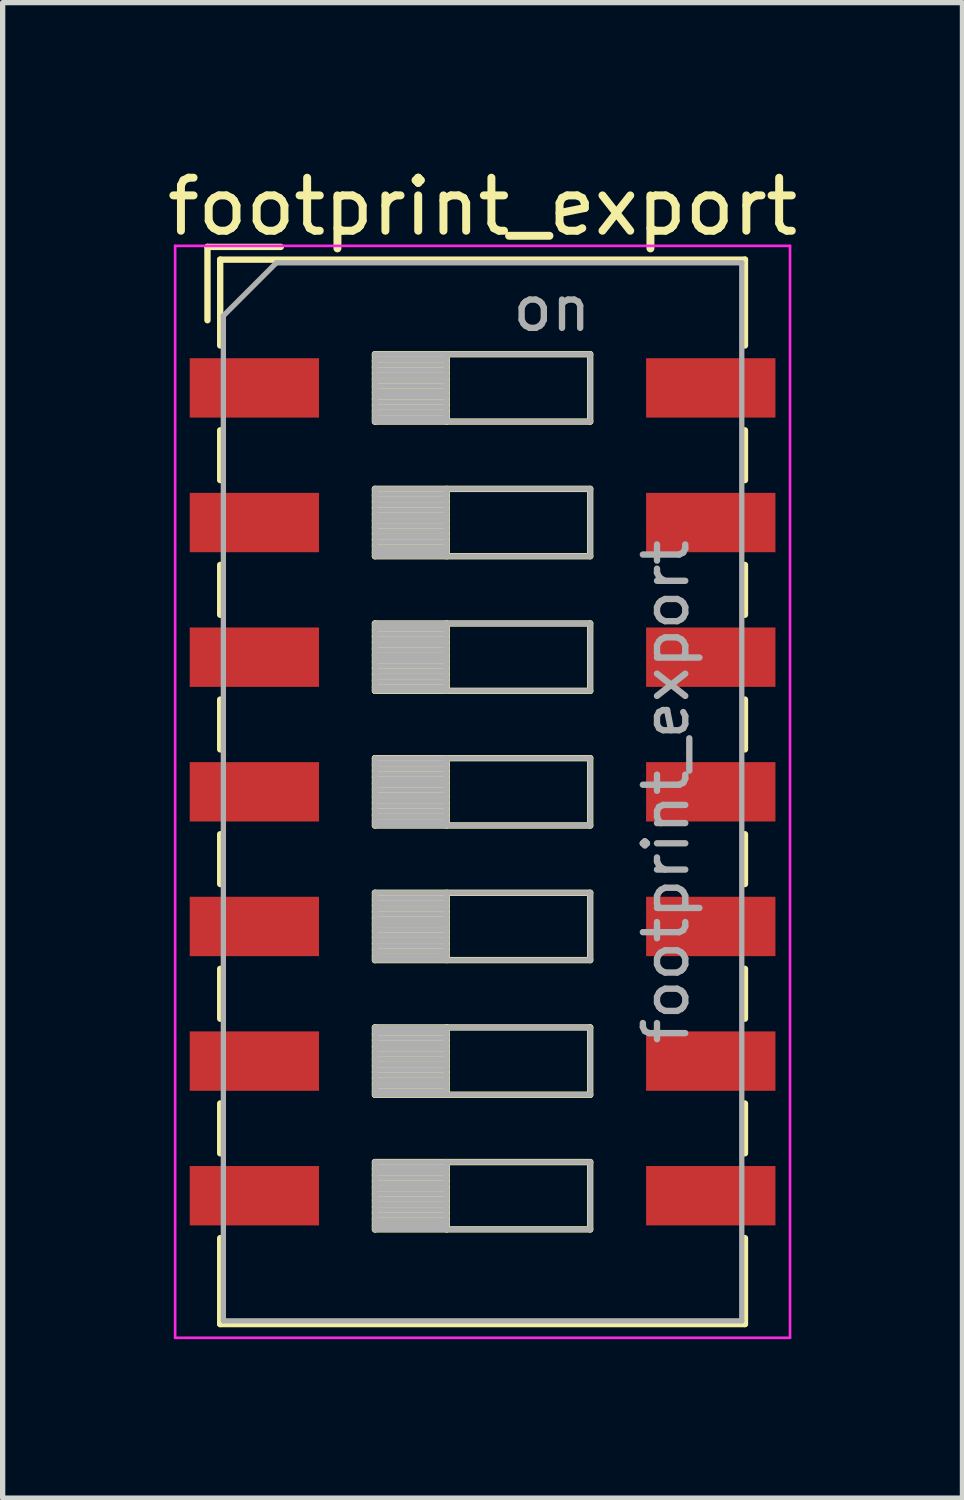
<source format=kicad_pcb>
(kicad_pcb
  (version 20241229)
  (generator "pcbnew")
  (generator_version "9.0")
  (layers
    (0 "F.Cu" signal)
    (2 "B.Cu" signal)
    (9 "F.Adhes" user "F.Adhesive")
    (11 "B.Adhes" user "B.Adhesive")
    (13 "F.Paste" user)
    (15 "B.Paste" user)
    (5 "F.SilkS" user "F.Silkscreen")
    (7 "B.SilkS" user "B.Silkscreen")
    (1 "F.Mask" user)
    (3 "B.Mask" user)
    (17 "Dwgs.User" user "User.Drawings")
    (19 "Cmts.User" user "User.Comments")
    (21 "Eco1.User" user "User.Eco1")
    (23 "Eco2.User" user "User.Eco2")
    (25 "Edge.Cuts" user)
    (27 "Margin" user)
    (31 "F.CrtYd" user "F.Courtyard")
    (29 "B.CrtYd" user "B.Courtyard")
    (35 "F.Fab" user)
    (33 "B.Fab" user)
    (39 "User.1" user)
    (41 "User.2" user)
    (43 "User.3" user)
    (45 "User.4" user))
  (footprint "footprint_export"
    (layer "F.Cu")
    (at 6.054 11.888)
    (property "Reference" "footprint_export" (at 0 -11.04 0) (layer "F.SilkS") (effects (font (size 1 1) (thickness 0.15))))
    (attr smd)
    (fp_line (start -5.19 -10.28) (end -5.19 -8.897) (stroke (width 0.12) (type solid)) (layer "F.SilkS"))
    (fp_line (start -5.19 -10.28) (end -3.806 -10.28) (stroke (width 0.12) (type solid)) (layer "F.SilkS"))
    (fp_line (start -4.95 -10.04) (end -4.95 -8.42) (stroke (width 0.12) (type solid)) (layer "F.SilkS"))
    (fp_line (start -4.95 -10.04) (end 4.95 -10.04) (stroke (width 0.12) (type solid)) (layer "F.SilkS"))
    (fp_line (start -4.95 -6.82) (end -4.95 -5.88) (stroke (width 0.12) (type solid)) (layer "F.SilkS"))
    (fp_line (start -4.95 -4.28) (end -4.95 -3.34) (stroke (width 0.12) (type solid)) (layer "F.SilkS"))
    (fp_line (start -4.95 -1.74) (end -4.95 -0.8) (stroke (width 0.12) (type solid)) (layer "F.SilkS"))
    (fp_line (start -4.95 0.8) (end -4.95 1.74) (stroke (width 0.12) (type solid)) (layer "F.SilkS"))
    (fp_line (start -4.95 3.34) (end -4.95 4.28) (stroke (width 0.12) (type solid)) (layer "F.SilkS"))
    (fp_line (start -4.95 5.88) (end -4.95 6.82) (stroke (width 0.12) (type solid)) (layer "F.SilkS"))
    (fp_line (start -4.95 8.42) (end -4.95 10.041) (stroke (width 0.12) (type solid)) (layer "F.SilkS"))
    (fp_line (start -4.95 10.041) (end 4.95 10.041) (stroke (width 0.12) (type solid)) (layer "F.SilkS"))
    (fp_line (start -2.03 -8.255) (end -2.03 -6.985) (stroke (width 0.12) (type solid)) (layer "F.SilkS"))
    (fp_line (start -2.03 -8.135) (end -0.677 -8.135) (stroke (width 0.12) (type solid)) (layer "F.SilkS"))
    (fp_line (start -2.03 -8.015) (end -0.677 -8.015) (stroke (width 0.12) (type solid)) (layer "F.SilkS"))
    (fp_line (start -2.03 -7.895) (end -0.677 -7.895) (stroke (width 0.12) (type solid)) (layer "F.SilkS"))
    (fp_line (start -2.03 -7.775) (end -0.677 -7.775) (stroke (width 0.12) (type solid)) (layer "F.SilkS"))
    (fp_line (start -2.03 -7.655) (end -0.677 -7.655) (stroke (width 0.12) (type solid)) (layer "F.SilkS"))
    (fp_line (start -2.03 -7.535) (end -0.677 -7.535) (stroke (width 0.12) (type solid)) (layer "F.SilkS"))
    (fp_line (start -2.03 -7.415) (end -0.677 -7.415) (stroke (width 0.12) (type solid)) (layer "F.SilkS"))
    (fp_line (start -2.03 -7.295) (end -0.677 -7.295) (stroke (width 0.12) (type solid)) (layer "F.SilkS"))
    (fp_line (start -2.03 -7.175) (end -0.677 -7.175) (stroke (width 0.12) (type solid)) (layer "F.SilkS"))
    (fp_line (start -2.03 -7.055) (end -0.677 -7.055) (stroke (width 0.12) (type solid)) (layer "F.SilkS"))
    (fp_line (start -2.03 -6.985) (end 2.03 -6.985) (stroke (width 0.12) (type solid)) (layer "F.SilkS"))
    (fp_line (start -2.03 -5.715) (end -2.03 -4.445) (stroke (width 0.12) (type solid)) (layer "F.SilkS"))
    (fp_line (start -2.03 -5.595) (end -0.677 -5.595) (stroke (width 0.12) (type solid)) (layer "F.SilkS"))
    (fp_line (start -2.03 -5.475) (end -0.677 -5.475) (stroke (width 0.12) (type solid)) (layer "F.SilkS"))
    (fp_line (start -2.03 -5.355) (end -0.677 -5.355) (stroke (width 0.12) (type solid)) (layer "F.SilkS"))
    (fp_line (start -2.03 -5.235) (end -0.677 -5.235) (stroke (width 0.12) (type solid)) (layer "F.SilkS"))
    (fp_line (start -2.03 -5.115) (end -0.677 -5.115) (stroke (width 0.12) (type solid)) (layer "F.SilkS"))
    (fp_line (start -2.03 -4.995) (end -0.677 -4.995) (stroke (width 0.12) (type solid)) (layer "F.SilkS"))
    (fp_line (start -2.03 -4.875) (end -0.677 -4.875) (stroke (width 0.12) (type solid)) (layer "F.SilkS"))
    (fp_line (start -2.03 -4.755) (end -0.677 -4.755) (stroke (width 0.12) (type solid)) (layer "F.SilkS"))
    (fp_line (start -2.03 -4.635) (end -0.677 -4.635) (stroke (width 0.12) (type solid)) (layer "F.SilkS"))
    (fp_line (start -2.03 -4.515) (end -0.677 -4.515) (stroke (width 0.12) (type solid)) (layer "F.SilkS"))
    (fp_line (start -2.03 -4.445) (end 2.03 -4.445) (stroke (width 0.12) (type solid)) (layer "F.SilkS"))
    (fp_line (start -2.03 -3.175) (end -2.03 -1.905) (stroke (width 0.12) (type solid)) (layer "F.SilkS"))
    (fp_line (start -2.03 -3.055) (end -0.677 -3.055) (stroke (width 0.12) (type solid)) (layer "F.SilkS"))
    (fp_line (start -2.03 -2.935) (end -0.677 -2.935) (stroke (width 0.12) (type solid)) (layer "F.SilkS"))
    (fp_line (start -2.03 -2.815) (end -0.677 -2.815) (stroke (width 0.12) (type solid)) (layer "F.SilkS"))
    (fp_line (start -2.03 -2.695) (end -0.677 -2.695) (stroke (width 0.12) (type solid)) (layer "F.SilkS"))
    (fp_line (start -2.03 -2.575) (end -0.677 -2.575) (stroke (width 0.12) (type solid)) (layer "F.SilkS"))
    (fp_line (start -2.03 -2.455) (end -0.677 -2.455) (stroke (width 0.12) (type solid)) (layer "F.SilkS"))
    (fp_line (start -2.03 -2.335) (end -0.677 -2.335) (stroke (width 0.12) (type solid)) (layer "F.SilkS"))
    (fp_line (start -2.03 -2.215) (end -0.677 -2.215) (stroke (width 0.12) (type solid)) (layer "F.SilkS"))
    (fp_line (start -2.03 -2.095) (end -0.677 -2.095) (stroke (width 0.12) (type solid)) (layer "F.SilkS"))
    (fp_line (start -2.03 -1.975) (end -0.677 -1.975) (stroke (width 0.12) (type solid)) (layer "F.SilkS"))
    (fp_line (start -2.03 -1.905) (end 2.03 -1.905) (stroke (width 0.12) (type solid)) (layer "F.SilkS"))
    (fp_line (start -2.03 -0.635) (end -2.03 0.635) (stroke (width 0.12) (type solid)) (layer "F.SilkS"))
    (fp_line (start -2.03 -0.515) (end -0.677 -0.515) (stroke (width 0.12) (type solid)) (layer "F.SilkS"))
    (fp_line (start -2.03 -0.395) (end -0.677 -0.395) (stroke (width 0.12) (type solid)) (layer "F.SilkS"))
    (fp_line (start -2.03 -0.275) (end -0.677 -0.275) (stroke (width 0.12) (type solid)) (layer "F.SilkS"))
    (fp_line (start -2.03 -0.155) (end -0.677 -0.155) (stroke (width 0.12) (type solid)) (layer "F.SilkS"))
    (fp_line (start -2.03 -0.035) (end -0.677 -0.035) (stroke (width 0.12) (type solid)) (layer "F.SilkS"))
    (fp_line (start -2.03 0.085) (end -0.677 0.085) (stroke (width 0.12) (type solid)) (layer "F.SilkS"))
    (fp_line (start -2.03 0.205) (end -0.677 0.205) (stroke (width 0.12) (type solid)) (layer "F.SilkS"))
    (fp_line (start -2.03 0.325) (end -0.677 0.325) (stroke (width 0.12) (type solid)) (layer "F.SilkS"))
    (fp_line (start -2.03 0.445) (end -0.677 0.445) (stroke (width 0.12) (type solid)) (layer "F.SilkS"))
    (fp_line (start -2.03 0.565) (end -0.677 0.565) (stroke (width 0.12) (type solid)) (layer "F.SilkS"))
    (fp_line (start -2.03 0.635) (end 2.03 0.635) (stroke (width 0.12) (type solid)) (layer "F.SilkS"))
    (fp_line (start -2.03 1.905) (end -2.03 3.175) (stroke (width 0.12) (type solid)) (layer "F.SilkS"))
    (fp_line (start -2.03 2.025) (end -0.677 2.025) (stroke (width 0.12) (type solid)) (layer "F.SilkS"))
    (fp_line (start -2.03 2.145) (end -0.677 2.145) (stroke (width 0.12) (type solid)) (layer "F.SilkS"))
    (fp_line (start -2.03 2.265) (end -0.677 2.265) (stroke (width 0.12) (type solid)) (layer "F.SilkS"))
    (fp_line (start -2.03 2.385) (end -0.677 2.385) (stroke (width 0.12) (type solid)) (layer "F.SilkS"))
    (fp_line (start -2.03 2.505) (end -0.677 2.505) (stroke (width 0.12) (type solid)) (layer "F.SilkS"))
    (fp_line (start -2.03 2.625) (end -0.677 2.625) (stroke (width 0.12) (type solid)) (layer "F.SilkS"))
    (fp_line (start -2.03 2.745) (end -0.677 2.745) (stroke (width 0.12) (type solid)) (layer "F.SilkS"))
    (fp_line (start -2.03 2.865) (end -0.677 2.865) (stroke (width 0.12) (type solid)) (layer "F.SilkS"))
    (fp_line (start -2.03 2.985) (end -0.677 2.985) (stroke (width 0.12) (type solid)) (layer "F.SilkS"))
    (fp_line (start -2.03 3.105) (end -0.677 3.105) (stroke (width 0.12) (type solid)) (layer "F.SilkS"))
    (fp_line (start -2.03 3.175) (end 2.03 3.175) (stroke (width 0.12) (type solid)) (layer "F.SilkS"))
    (fp_line (start -2.03 4.445) (end -2.03 5.715) (stroke (width 0.12) (type solid)) (layer "F.SilkS"))
    (fp_line (start -2.03 4.565) (end -0.677 4.565) (stroke (width 0.12) (type solid)) (layer "F.SilkS"))
    (fp_line (start -2.03 4.685) (end -0.677 4.685) (stroke (width 0.12) (type solid)) (layer "F.SilkS"))
    (fp_line (start -2.03 4.805) (end -0.677 4.805) (stroke (width 0.12) (type solid)) (layer "F.SilkS"))
    (fp_line (start -2.03 4.925) (end -0.677 4.925) (stroke (width 0.12) (type solid)) (layer "F.SilkS"))
    (fp_line (start -2.03 5.045) (end -0.677 5.045) (stroke (width 0.12) (type solid)) (layer "F.SilkS"))
    (fp_line (start -2.03 5.165) (end -0.677 5.165) (stroke (width 0.12) (type solid)) (layer "F.SilkS"))
    (fp_line (start -2.03 5.285) (end -0.677 5.285) (stroke (width 0.12) (type solid)) (layer "F.SilkS"))
    (fp_line (start -2.03 5.405) (end -0.677 5.405) (stroke (width 0.12) (type solid)) (layer "F.SilkS"))
    (fp_line (start -2.03 5.525) (end -0.677 5.525) (stroke (width 0.12) (type solid)) (layer "F.SilkS"))
    (fp_line (start -2.03 5.645) (end -0.677 5.645) (stroke (width 0.12) (type solid)) (layer "F.SilkS"))
    (fp_line (start -2.03 5.715) (end 2.03 5.715) (stroke (width 0.12) (type solid)) (layer "F.SilkS"))
    (fp_line (start -2.03 6.985) (end -2.03 8.255) (stroke (width 0.12) (type solid)) (layer "F.SilkS"))
    (fp_line (start -2.03 7.105) (end -0.677 7.105) (stroke (width 0.12) (type solid)) (layer "F.SilkS"))
    (fp_line (start -2.03 7.225) (end -0.677 7.225) (stroke (width 0.12) (type solid)) (layer "F.SilkS"))
    (fp_line (start -2.03 7.345) (end -0.677 7.345) (stroke (width 0.12) (type solid)) (layer "F.SilkS"))
    (fp_line (start -2.03 7.465) (end -0.677 7.465) (stroke (width 0.12) (type solid)) (layer "F.SilkS"))
    (fp_line (start -2.03 7.585) (end -0.677 7.585) (stroke (width 0.12) (type solid)) (layer "F.SilkS"))
    (fp_line (start -2.03 7.705) (end -0.677 7.705) (stroke (width 0.12) (type solid)) (layer "F.SilkS"))
    (fp_line (start -2.03 7.825) (end -0.677 7.825) (stroke (width 0.12) (type solid)) (layer "F.SilkS"))
    (fp_line (start -2.03 7.945) (end -0.677 7.945) (stroke (width 0.12) (type solid)) (layer "F.SilkS"))
    (fp_line (start -2.03 8.065) (end -0.677 8.065) (stroke (width 0.12) (type solid)) (layer "F.SilkS"))
    (fp_line (start -2.03 8.185) (end -0.677 8.185) (stroke (width 0.12) (type solid)) (layer "F.SilkS"))
    (fp_line (start -2.03 8.255) (end 2.03 8.255) (stroke (width 0.12) (type solid)) (layer "F.SilkS"))
    (fp_line (start -0.677 -8.255) (end -0.677 -6.985) (stroke (width 0.12) (type solid)) (layer "F.SilkS"))
    (fp_line (start -0.677 -5.715) (end -0.677 -4.445) (stroke (width 0.12) (type solid)) (layer "F.SilkS"))
    (fp_line (start -0.677 -3.175) (end -0.677 -1.905) (stroke (width 0.12) (type solid)) (layer "F.SilkS"))
    (fp_line (start -0.677 -0.635) (end -0.677 0.635) (stroke (width 0.12) (type solid)) (layer "F.SilkS"))
    (fp_line (start -0.677 1.905) (end -0.677 3.175) (stroke (width 0.12) (type solid)) (layer "F.SilkS"))
    (fp_line (start -0.677 4.445) (end -0.677 5.715) (stroke (width 0.12) (type solid)) (layer "F.SilkS"))
    (fp_line (start -0.677 6.985) (end -0.677 8.255) (stroke (width 0.12) (type solid)) (layer "F.SilkS"))
    (fp_line (start 2.03 -8.255) (end -2.03 -8.255) (stroke (width 0.12) (type solid)) (layer "F.SilkS"))
    (fp_line (start 2.03 -6.985) (end 2.03 -8.255) (stroke (width 0.12) (type solid)) (layer "F.SilkS"))
    (fp_line (start 2.03 -5.715) (end -2.03 -5.715) (stroke (width 0.12) (type solid)) (layer "F.SilkS"))
    (fp_line (start 2.03 -4.445) (end 2.03 -5.715) (stroke (width 0.12) (type solid)) (layer "F.SilkS"))
    (fp_line (start 2.03 -3.175) (end -2.03 -3.175) (stroke (width 0.12) (type solid)) (layer "F.SilkS"))
    (fp_line (start 2.03 -1.905) (end 2.03 -3.175) (stroke (width 0.12) (type solid)) (layer "F.SilkS"))
    (fp_line (start 2.03 -0.635) (end -2.03 -0.635) (stroke (width 0.12) (type solid)) (layer "F.SilkS"))
    (fp_line (start 2.03 0.635) (end 2.03 -0.635) (stroke (width 0.12) (type solid)) (layer "F.SilkS"))
    (fp_line (start 2.03 1.905) (end -2.03 1.905) (stroke (width 0.12) (type solid)) (layer "F.SilkS"))
    (fp_line (start 2.03 3.175) (end 2.03 1.905) (stroke (width 0.12) (type solid)) (layer "F.SilkS"))
    (fp_line (start 2.03 4.445) (end -2.03 4.445) (stroke (width 0.12) (type solid)) (layer "F.SilkS"))
    (fp_line (start 2.03 5.715) (end 2.03 4.445) (stroke (width 0.12) (type solid)) (layer "F.SilkS"))
    (fp_line (start 2.03 6.985) (end -2.03 6.985) (stroke (width 0.12) (type solid)) (layer "F.SilkS"))
    (fp_line (start 2.03 8.255) (end 2.03 6.985) (stroke (width 0.12) (type solid)) (layer "F.SilkS"))
    (fp_line (start 4.95 -10.04) (end 4.95 -8.42) (stroke (width 0.12) (type solid)) (layer "F.SilkS"))
    (fp_line (start 4.95 -6.82) (end 4.95 -5.88) (stroke (width 0.12) (type solid)) (layer "F.SilkS"))
    (fp_line (start 4.95 -4.28) (end 4.95 -3.34) (stroke (width 0.12) (type solid)) (layer "F.SilkS"))
    (fp_line (start 4.95 -1.74) (end 4.95 -0.8) (stroke (width 0.12) (type solid)) (layer "F.SilkS"))
    (fp_line (start 4.95 0.8) (end 4.95 1.74) (stroke (width 0.12) (type solid)) (layer "F.SilkS"))
    (fp_line (start 4.95 3.34) (end 4.95 4.28) (stroke (width 0.12) (type solid)) (layer "F.SilkS"))
    (fp_line (start 4.95 5.88) (end 4.95 6.82) (stroke (width 0.12) (type solid)) (layer "F.SilkS"))
    (fp_line (start 4.95 8.42) (end 4.95 10.041) (stroke (width 0.12) (type solid)) (layer "F.SilkS"))
    (fp_line (start -5.8 -10.3) (end -5.8 10.3) (stroke (width 0.05) (type solid)) (layer "F.CrtYd"))
    (fp_line (start -5.8 10.3) (end 5.8 10.3) (stroke (width 0.05) (type solid)) (layer "F.CrtYd"))
    (fp_line (start 5.8 -10.3) (end -5.8 -10.3) (stroke (width 0.05) (type solid)) (layer "F.CrtYd"))
    (fp_line (start 5.8 10.3) (end 5.8 -10.3) (stroke (width 0.05) (type solid)) (layer "F.CrtYd"))
    (fp_line (start -4.89 -8.98) (end -3.89 -9.98) (stroke (width 0.1) (type solid)) (layer "F.Fab"))
    (fp_line (start -4.89 9.98) (end -4.89 -8.98) (stroke (width 0.1) (type solid)) (layer "F.Fab"))
    (fp_line (start -3.89 -9.98) (end 4.89 -9.98) (stroke (width 0.1) (type solid)) (layer "F.Fab"))
    (fp_line (start -2.03 -8.255) (end -2.03 -6.985) (stroke (width 0.1) (type solid)) (layer "F.Fab"))
    (fp_line (start -2.03 -8.155) (end -0.677 -8.155) (stroke (width 0.1) (type solid)) (layer "F.Fab"))
    (fp_line (start -2.03 -8.055) (end -0.677 -8.055) (stroke (width 0.1) (type solid)) (layer "F.Fab"))
    (fp_line (start -2.03 -7.955) (end -0.677 -7.955) (stroke (width 0.1) (type solid)) (layer "F.Fab"))
    (fp_line (start -2.03 -7.855) (end -0.677 -7.855) (stroke (width 0.1) (type solid)) (layer "F.Fab"))
    (fp_line (start -2.03 -7.755) (end -0.677 -7.755) (stroke (width 0.1) (type solid)) (layer "F.Fab"))
    (fp_line (start -2.03 -7.655) (end -0.677 -7.655) (stroke (width 0.1) (type solid)) (layer "F.Fab"))
    (fp_line (start -2.03 -7.555) (end -0.677 -7.555) (stroke (width 0.1) (type solid)) (layer "F.Fab"))
    (fp_line (start -2.03 -7.455) (end -0.677 -7.455) (stroke (width 0.1) (type solid)) (layer "F.Fab"))
    (fp_line (start -2.03 -7.355) (end -0.677 -7.355) (stroke (width 0.1) (type solid)) (layer "F.Fab"))
    (fp_line (start -2.03 -7.255) (end -0.677 -7.255) (stroke (width 0.1) (type solid)) (layer "F.Fab"))
    (fp_line (start -2.03 -7.155) (end -0.677 -7.155) (stroke (width 0.1) (type solid)) (layer "F.Fab"))
    (fp_line (start -2.03 -7.055) (end -0.677 -7.055) (stroke (width 0.1) (type solid)) (layer "F.Fab"))
    (fp_line (start -2.03 -6.985) (end 2.03 -6.985) (stroke (width 0.1) (type solid)) (layer "F.Fab"))
    (fp_line (start -2.03 -5.715) (end -2.03 -4.445) (stroke (width 0.1) (type solid)) (layer "F.Fab"))
    (fp_line (start -2.03 -5.615) (end -0.677 -5.615) (stroke (width 0.1) (type solid)) (layer "F.Fab"))
    (fp_line (start -2.03 -5.515) (end -0.677 -5.515) (stroke (width 0.1) (type solid)) (layer "F.Fab"))
    (fp_line (start -2.03 -5.415) (end -0.677 -5.415) (stroke (width 0.1) (type solid)) (layer "F.Fab"))
    (fp_line (start -2.03 -5.315) (end -0.677 -5.315) (stroke (width 0.1) (type solid)) (layer "F.Fab"))
    (fp_line (start -2.03 -5.215) (end -0.677 -5.215) (stroke (width 0.1) (type solid)) (layer "F.Fab"))
    (fp_line (start -2.03 -5.115) (end -0.677 -5.115) (stroke (width 0.1) (type solid)) (layer "F.Fab"))
    (fp_line (start -2.03 -5.015) (end -0.677 -5.015) (stroke (width 0.1) (type solid)) (layer "F.Fab"))
    (fp_line (start -2.03 -4.915) (end -0.677 -4.915) (stroke (width 0.1) (type solid)) (layer "F.Fab"))
    (fp_line (start -2.03 -4.815) (end -0.677 -4.815) (stroke (width 0.1) (type solid)) (layer "F.Fab"))
    (fp_line (start -2.03 -4.715) (end -0.677 -4.715) (stroke (width 0.1) (type solid)) (layer "F.Fab"))
    (fp_line (start -2.03 -4.615) (end -0.677 -4.615) (stroke (width 0.1) (type solid)) (layer "F.Fab"))
    (fp_line (start -2.03 -4.515) (end -0.677 -4.515) (stroke (width 0.1) (type solid)) (layer "F.Fab"))
    (fp_line (start -2.03 -4.445) (end 2.03 -4.445) (stroke (width 0.1) (type solid)) (layer "F.Fab"))
    (fp_line (start -2.03 -3.175) (end -2.03 -1.905) (stroke (width 0.1) (type solid)) (layer "F.Fab"))
    (fp_line (start -2.03 -3.075) (end -0.677 -3.075) (stroke (width 0.1) (type solid)) (layer "F.Fab"))
    (fp_line (start -2.03 -2.975) (end -0.677 -2.975) (stroke (width 0.1) (type solid)) (layer "F.Fab"))
    (fp_line (start -2.03 -2.875) (end -0.677 -2.875) (stroke (width 0.1) (type solid)) (layer "F.Fab"))
    (fp_line (start -2.03 -2.775) (end -0.677 -2.775) (stroke (width 0.1) (type solid)) (layer "F.Fab"))
    (fp_line (start -2.03 -2.675) (end -0.677 -2.675) (stroke (width 0.1) (type solid)) (layer "F.Fab"))
    (fp_line (start -2.03 -2.575) (end -0.677 -2.575) (stroke (width 0.1) (type solid)) (layer "F.Fab"))
    (fp_line (start -2.03 -2.475) (end -0.677 -2.475) (stroke (width 0.1) (type solid)) (layer "F.Fab"))
    (fp_line (start -2.03 -2.375) (end -0.677 -2.375) (stroke (width 0.1) (type solid)) (layer "F.Fab"))
    (fp_line (start -2.03 -2.275) (end -0.677 -2.275) (stroke (width 0.1) (type solid)) (layer "F.Fab"))
    (fp_line (start -2.03 -2.175) (end -0.677 -2.175) (stroke (width 0.1) (type solid)) (layer "F.Fab"))
    (fp_line (start -2.03 -2.075) (end -0.677 -2.075) (stroke (width 0.1) (type solid)) (layer "F.Fab"))
    (fp_line (start -2.03 -1.975) (end -0.677 -1.975) (stroke (width 0.1) (type solid)) (layer "F.Fab"))
    (fp_line (start -2.03 -1.905) (end 2.03 -1.905) (stroke (width 0.1) (type solid)) (layer "F.Fab"))
    (fp_line (start -2.03 -0.635) (end -2.03 0.635) (stroke (width 0.1) (type solid)) (layer "F.Fab"))
    (fp_line (start -2.03 -0.535) (end -0.677 -0.535) (stroke (width 0.1) (type solid)) (layer "F.Fab"))
    (fp_line (start -2.03 -0.435) (end -0.677 -0.435) (stroke (width 0.1) (type solid)) (layer "F.Fab"))
    (fp_line (start -2.03 -0.335) (end -0.677 -0.335) (stroke (width 0.1) (type solid)) (layer "F.Fab"))
    (fp_line (start -2.03 -0.235) (end -0.677 -0.235) (stroke (width 0.1) (type solid)) (layer "F.Fab"))
    (fp_line (start -2.03 -0.135) (end -0.677 -0.135) (stroke (width 0.1) (type solid)) (layer "F.Fab"))
    (fp_line (start -2.03 -0.035) (end -0.677 -0.035) (stroke (width 0.1) (type solid)) (layer "F.Fab"))
    (fp_line (start -2.03 0.065) (end -0.677 0.065) (stroke (width 0.1) (type solid)) (layer "F.Fab"))
    (fp_line (start -2.03 0.165) (end -0.677 0.165) (stroke (width 0.1) (type solid)) (layer "F.Fab"))
    (fp_line (start -2.03 0.265) (end -0.677 0.265) (stroke (width 0.1) (type solid)) (layer "F.Fab"))
    (fp_line (start -2.03 0.365) (end -0.677 0.365) (stroke (width 0.1) (type solid)) (layer "F.Fab"))
    (fp_line (start -2.03 0.465) (end -0.677 0.465) (stroke (width 0.1) (type solid)) (layer "F.Fab"))
    (fp_line (start -2.03 0.565) (end -0.677 0.565) (stroke (width 0.1) (type solid)) (layer "F.Fab"))
    (fp_line (start -2.03 0.635) (end 2.03 0.635) (stroke (width 0.1) (type solid)) (layer "F.Fab"))
    (fp_line (start -2.03 1.905) (end -2.03 3.175) (stroke (width 0.1) (type solid)) (layer "F.Fab"))
    (fp_line (start -2.03 2.005) (end -0.677 2.005) (stroke (width 0.1) (type solid)) (layer "F.Fab"))
    (fp_line (start -2.03 2.105) (end -0.677 2.105) (stroke (width 0.1) (type solid)) (layer "F.Fab"))
    (fp_line (start -2.03 2.205) (end -0.677 2.205) (stroke (width 0.1) (type solid)) (layer "F.Fab"))
    (fp_line (start -2.03 2.305) (end -0.677 2.305) (stroke (width 0.1) (type solid)) (layer "F.Fab"))
    (fp_line (start -2.03 2.405) (end -0.677 2.405) (stroke (width 0.1) (type solid)) (layer "F.Fab"))
    (fp_line (start -2.03 2.505) (end -0.677 2.505) (stroke (width 0.1) (type solid)) (layer "F.Fab"))
    (fp_line (start -2.03 2.605) (end -0.677 2.605) (stroke (width 0.1) (type solid)) (layer "F.Fab"))
    (fp_line (start -2.03 2.705) (end -0.677 2.705) (stroke (width 0.1) (type solid)) (layer "F.Fab"))
    (fp_line (start -2.03 2.805) (end -0.677 2.805) (stroke (width 0.1) (type solid)) (layer "F.Fab"))
    (fp_line (start -2.03 2.905) (end -0.677 2.905) (stroke (width 0.1) (type solid)) (layer "F.Fab"))
    (fp_line (start -2.03 3.005) (end -0.677 3.005) (stroke (width 0.1) (type solid)) (layer "F.Fab"))
    (fp_line (start -2.03 3.105) (end -0.677 3.105) (stroke (width 0.1) (type solid)) (layer "F.Fab"))
    (fp_line (start -2.03 3.175) (end 2.03 3.175) (stroke (width 0.1) (type solid)) (layer "F.Fab"))
    (fp_line (start -2.03 4.445) (end -2.03 5.715) (stroke (width 0.1) (type solid)) (layer "F.Fab"))
    (fp_line (start -2.03 4.545) (end -0.677 4.545) (stroke (width 0.1) (type solid)) (layer "F.Fab"))
    (fp_line (start -2.03 4.645) (end -0.677 4.645) (stroke (width 0.1) (type solid)) (layer "F.Fab"))
    (fp_line (start -2.03 4.745) (end -0.677 4.745) (stroke (width 0.1) (type solid)) (layer "F.Fab"))
    (fp_line (start -2.03 4.845) (end -0.677 4.845) (stroke (width 0.1) (type solid)) (layer "F.Fab"))
    (fp_line (start -2.03 4.945) (end -0.677 4.945) (stroke (width 0.1) (type solid)) (layer "F.Fab"))
    (fp_line (start -2.03 5.045) (end -0.677 5.045) (stroke (width 0.1) (type solid)) (layer "F.Fab"))
    (fp_line (start -2.03 5.145) (end -0.677 5.145) (stroke (width 0.1) (type solid)) (layer "F.Fab"))
    (fp_line (start -2.03 5.245) (end -0.677 5.245) (stroke (width 0.1) (type solid)) (layer "F.Fab"))
    (fp_line (start -2.03 5.345) (end -0.677 5.345) (stroke (width 0.1) (type solid)) (layer "F.Fab"))
    (fp_line (start -2.03 5.445) (end -0.677 5.445) (stroke (width 0.1) (type solid)) (layer "F.Fab"))
    (fp_line (start -2.03 5.545) (end -0.677 5.545) (stroke (width 0.1) (type solid)) (layer "F.Fab"))
    (fp_line (start -2.03 5.645) (end -0.677 5.645) (stroke (width 0.1) (type solid)) (layer "F.Fab"))
    (fp_line (start -2.03 5.715) (end 2.03 5.715) (stroke (width 0.1) (type solid)) (layer "F.Fab"))
    (fp_line (start -2.03 6.985) (end -2.03 8.255) (stroke (width 0.1) (type solid)) (layer "F.Fab"))
    (fp_line (start -2.03 7.085) (end -0.677 7.085) (stroke (width 0.1) (type solid)) (layer "F.Fab"))
    (fp_line (start -2.03 7.185) (end -0.677 7.185) (stroke (width 0.1) (type solid)) (layer "F.Fab"))
    (fp_line (start -2.03 7.285) (end -0.677 7.285) (stroke (width 0.1) (type solid)) (layer "F.Fab"))
    (fp_line (start -2.03 7.385) (end -0.677 7.385) (stroke (width 0.1) (type solid)) (layer "F.Fab"))
    (fp_line (start -2.03 7.485) (end -0.677 7.485) (stroke (width 0.1) (type solid)) (layer "F.Fab"))
    (fp_line (start -2.03 7.585) (end -0.677 7.585) (stroke (width 0.1) (type solid)) (layer "F.Fab"))
    (fp_line (start -2.03 7.685) (end -0.677 7.685) (stroke (width 0.1) (type solid)) (layer "F.Fab"))
    (fp_line (start -2.03 7.785) (end -0.677 7.785) (stroke (width 0.1) (type solid)) (layer "F.Fab"))
    (fp_line (start -2.03 7.885) (end -0.677 7.885) (stroke (width 0.1) (type solid)) (layer "F.Fab"))
    (fp_line (start -2.03 7.985) (end -0.677 7.985) (stroke (width 0.1) (type solid)) (layer "F.Fab"))
    (fp_line (start -2.03 8.085) (end -0.677 8.085) (stroke (width 0.1) (type solid)) (layer "F.Fab"))
    (fp_line (start -2.03 8.185) (end -0.677 8.185) (stroke (width 0.1) (type solid)) (layer "F.Fab"))
    (fp_line (start -2.03 8.255) (end 2.03 8.255) (stroke (width 0.1) (type solid)) (layer "F.Fab"))
    (fp_line (start -0.677 -8.255) (end -0.677 -6.985) (stroke (width 0.1) (type solid)) (layer "F.Fab"))
    (fp_line (start -0.677 -5.715) (end -0.677 -4.445) (stroke (width 0.1) (type solid)) (layer "F.Fab"))
    (fp_line (start -0.677 -3.175) (end -0.677 -1.905) (stroke (width 0.1) (type solid)) (layer "F.Fab"))
    (fp_line (start -0.677 -0.635) (end -0.677 0.635) (stroke (width 0.1) (type solid)) (layer "F.Fab"))
    (fp_line (start -0.677 1.905) (end -0.677 3.175) (stroke (width 0.1) (type solid)) (layer "F.Fab"))
    (fp_line (start -0.677 4.445) (end -0.677 5.715) (stroke (width 0.1) (type solid)) (layer "F.Fab"))
    (fp_line (start -0.677 6.985) (end -0.677 8.255) (stroke (width 0.1) (type solid)) (layer "F.Fab"))
    (fp_line (start 2.03 -8.255) (end -2.03 -8.255) (stroke (width 0.1) (type solid)) (layer "F.Fab"))
    (fp_line (start 2.03 -6.985) (end 2.03 -8.255) (stroke (width 0.1) (type solid)) (layer "F.Fab"))
    (fp_line (start 2.03 -5.715) (end -2.03 -5.715) (stroke (width 0.1) (type solid)) (layer "F.Fab"))
    (fp_line (start 2.03 -4.445) (end 2.03 -5.715) (stroke (width 0.1) (type solid)) (layer "F.Fab"))
    (fp_line (start 2.03 -3.175) (end -2.03 -3.175) (stroke (width 0.1) (type solid)) (layer "F.Fab"))
    (fp_line (start 2.03 -1.905) (end 2.03 -3.175) (stroke (width 0.1) (type solid)) (layer "F.Fab"))
    (fp_line (start 2.03 -0.635) (end -2.03 -0.635) (stroke (width 0.1) (type solid)) (layer "F.Fab"))
    (fp_line (start 2.03 0.635) (end 2.03 -0.635) (stroke (width 0.1) (type solid)) (layer "F.Fab"))
    (fp_line (start 2.03 1.905) (end -2.03 1.905) (stroke (width 0.1) (type solid)) (layer "F.Fab"))
    (fp_line (start 2.03 3.175) (end 2.03 1.905) (stroke (width 0.1) (type solid)) (layer "F.Fab"))
    (fp_line (start 2.03 4.445) (end -2.03 4.445) (stroke (width 0.1) (type solid)) (layer "F.Fab"))
    (fp_line (start 2.03 5.715) (end 2.03 4.445) (stroke (width 0.1) (type solid)) (layer "F.Fab"))
    (fp_line (start 2.03 6.985) (end -2.03 6.985) (stroke (width 0.1) (type solid)) (layer "F.Fab"))
    (fp_line (start 2.03 8.255) (end 2.03 6.985) (stroke (width 0.1) (type solid)) (layer "F.Fab"))
    (fp_line (start 4.89 -9.98) (end 4.89 9.98) (stroke (width 0.1) (type solid)) (layer "F.Fab"))
    (fp_line (start 4.89 9.98) (end -4.89 9.98) (stroke (width 0.1) (type solid)) (layer "F.Fab"))
    (fp_text user "on" (at 1.308 -9.117 0) (layer "F.Fab") (effects (font (size 0.8 0.8) (thickness 0.12))))
    (fp_text user "${REFERENCE}" (at 3.46 0 90) (layer "F.Fab") (effects (font (size 0.8 0.8) (thickness 0.12))))
    (pad "1" smd rect (at -4.305 -7.62) (size 2.44 1.12) (layers "F.Cu" "F.Mask" "F.Paste"))
    (pad "2" smd rect (at -4.305 -5.08) (size 2.44 1.12) (layers "F.Cu" "F.Mask" "F.Paste"))
    (pad "3" smd rect (at -4.305 -2.54) (size 2.44 1.12) (layers "F.Cu" "F.Mask" "F.Paste"))
    (pad "4" smd rect (at -4.305 0) (size 2.44 1.12) (layers "F.Cu" "F.Mask" "F.Paste"))
    (pad "5" smd rect (at -4.305 2.54) (size 2.44 1.12) (layers "F.Cu" "F.Mask" "F.Paste"))
    (pad "6" smd rect (at -4.305 5.08) (size 2.44 1.12) (layers "F.Cu" "F.Mask" "F.Paste"))
    (pad "7" smd rect (at -4.305 7.62) (size 2.44 1.12) (layers "F.Cu" "F.Mask" "F.Paste"))
    (pad "8" smd rect (at 4.305 7.62) (size 2.44 1.12) (layers "F.Cu" "F.Mask" "F.Paste"))
    (pad "9" smd rect (at 4.305 5.08) (size 2.44 1.12) (layers "F.Cu" "F.Mask" "F.Paste"))
    (pad "10" smd rect (at 4.305 2.54) (size 2.44 1.12) (layers "F.Cu" "F.Mask" "F.Paste"))
    (pad "11" smd rect (at 4.305 0) (size 2.44 1.12) (layers "F.Cu" "F.Mask" "F.Paste"))
    (pad "12" smd rect (at 4.305 -2.54) (size 2.44 1.12) (layers "F.Cu" "F.Mask" "F.Paste"))
    (pad "13" smd rect (at 4.305 -5.08) (size 2.44 1.12) (layers "F.Cu" "F.Mask" "F.Paste"))
    (pad "14" smd rect (at 4.305 -7.62) (size 2.44 1.12) (layers "F.Cu" "F.Mask" "F.Paste")))
  (gr_rect
    (start -3 -3)
    (end 15.107 25.213)
    (stroke (width 0.1) (type default))
    (fill no)
    (layer "Edge.Cuts")))
</source>
